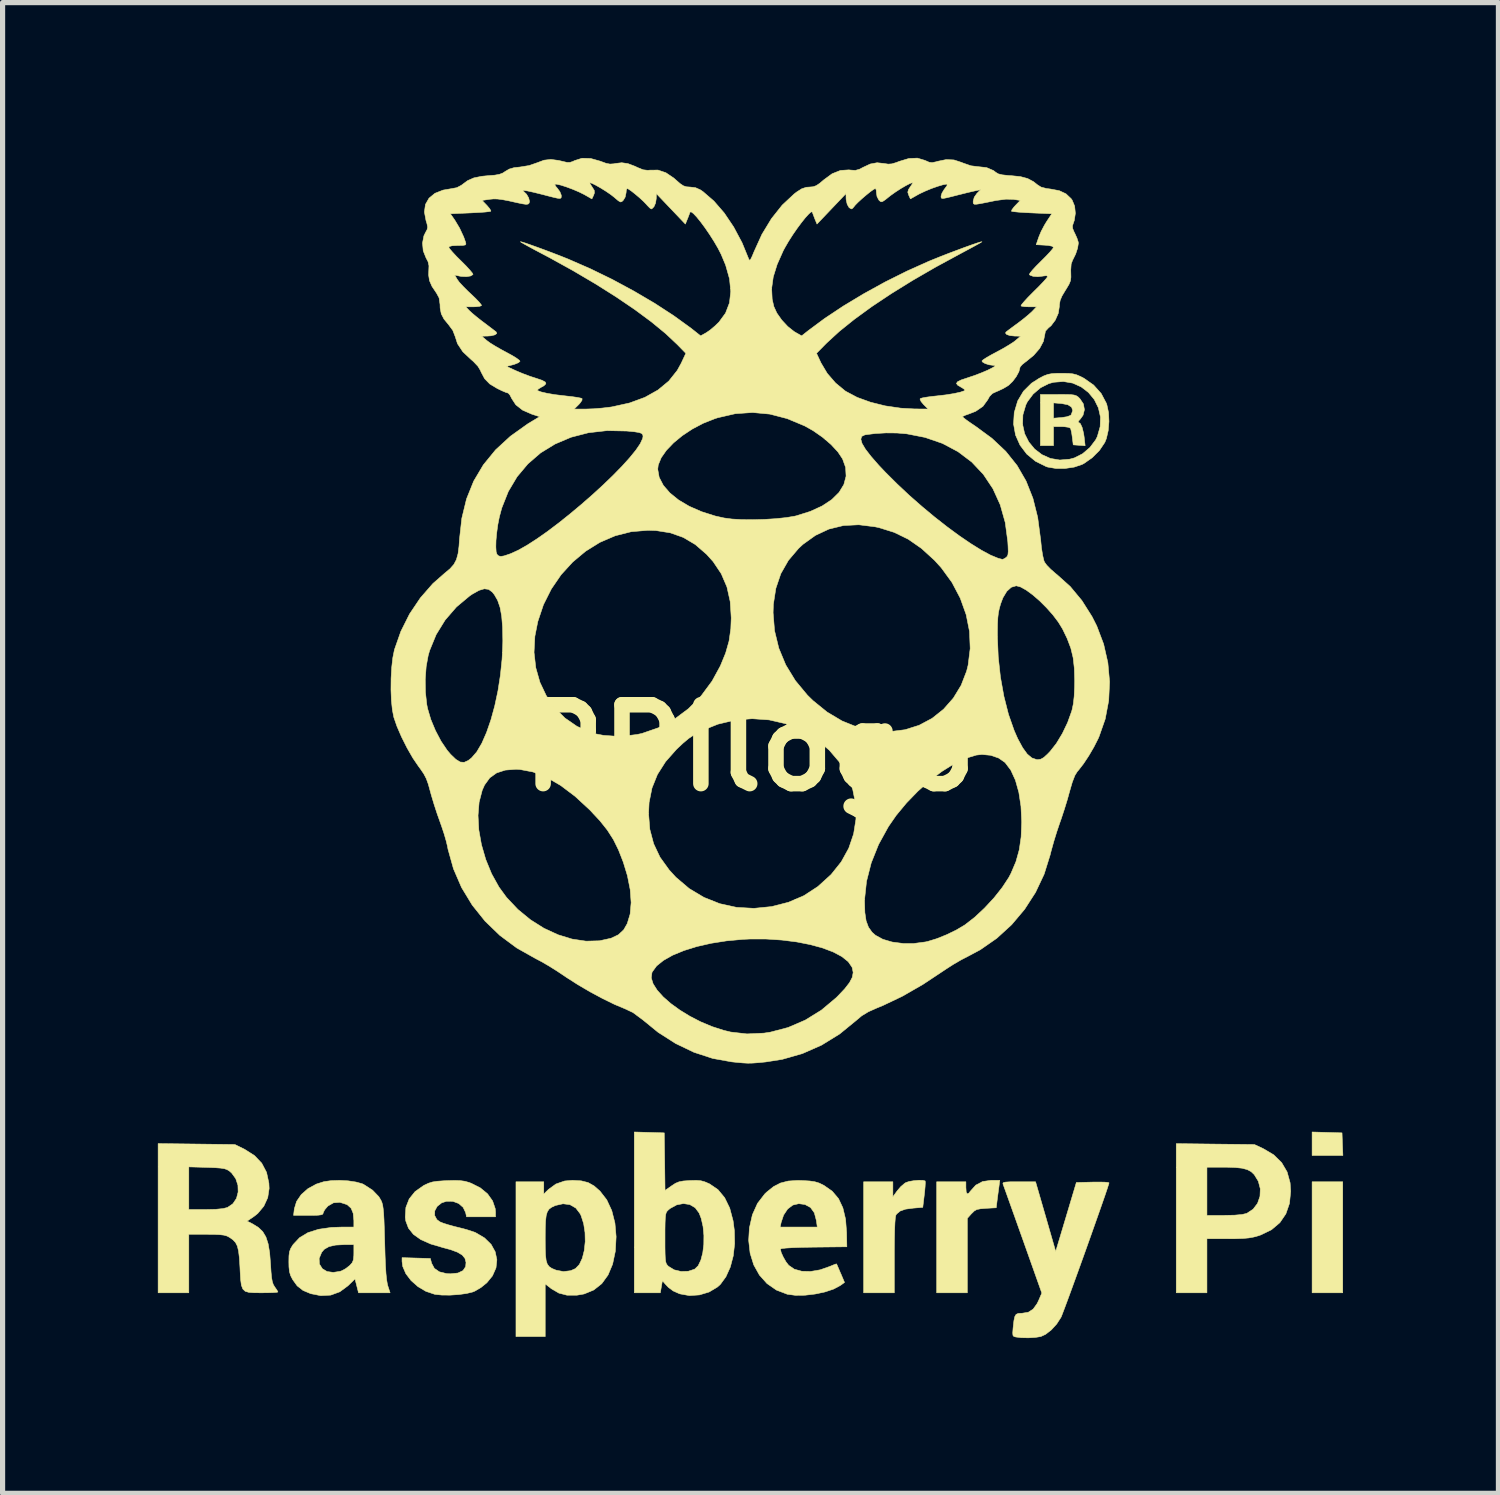
<source format=kicad_pcb>
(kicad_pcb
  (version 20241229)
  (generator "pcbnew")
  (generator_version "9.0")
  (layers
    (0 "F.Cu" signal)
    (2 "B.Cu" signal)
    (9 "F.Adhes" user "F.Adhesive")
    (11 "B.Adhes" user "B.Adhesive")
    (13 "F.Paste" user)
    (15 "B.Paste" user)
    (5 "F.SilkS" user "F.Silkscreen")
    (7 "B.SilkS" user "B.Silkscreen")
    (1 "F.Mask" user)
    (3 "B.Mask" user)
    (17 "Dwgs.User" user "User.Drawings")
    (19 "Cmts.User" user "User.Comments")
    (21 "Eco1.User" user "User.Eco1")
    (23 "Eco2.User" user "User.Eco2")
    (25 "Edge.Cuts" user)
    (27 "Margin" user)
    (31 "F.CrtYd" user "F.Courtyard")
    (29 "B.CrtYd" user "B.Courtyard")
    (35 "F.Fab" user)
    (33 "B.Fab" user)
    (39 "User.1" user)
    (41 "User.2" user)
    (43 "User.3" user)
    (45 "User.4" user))
  (footprint "RPIlogo"
    (layer "F.Cu")
    (at 11.435 11.401)
    (property "Reference" "RPIlogo" (at 0 0 0) (layer "F.SilkS") (effects (font (size 1.524 1.524) (thickness 0.3))))
    (attr through_hole)
    (fp_poly (pts (xy 11.458 10.527) (xy 10.866 10.527) (xy 10.866 8.382) (xy 11.458 8.382) (xy 11.458 10.527)) (stroke (width 0.01) (type solid)) (fill yes) (layer "F.SilkS"))
    (fp_poly (pts (xy 11.444 7.437) (xy 11.452 7.655) (xy 11.461 7.874) (xy 10.866 7.874) (xy 10.866 7.42) (xy 11.444 7.437)) (stroke (width 0.01) (type solid)) (fill yes) (layer "F.SilkS"))
    (fp_poly (pts (xy 4.816 8.474) (xy 4.802 8.578) (xy 4.786 8.697) (xy 4.781 8.739) (xy 4.763 8.884) (xy 4.565 8.895) (xy 4.458 8.904) (xy 4.388 8.918) (xy 4.339 8.946) (xy 4.291 8.993) (xy 4.286 8.997) (xy 4.205 9.088) (xy 4.205 10.527) (xy 3.612 10.527) (xy 3.612 8.382) (xy 4.177 8.382) (xy 4.177 8.49) (xy 4.183 8.581) (xy 4.203 8.617) (xy 4.236 8.599) (xy 4.262 8.565) (xy 4.368 8.447) (xy 4.5 8.377) (xy 4.663 8.354) (xy 4.665 8.354) (xy 4.832 8.354) (xy 4.816 8.474)) (stroke (width 0.01) (type solid)) (fill yes) (layer "F.SilkS"))
    (fp_poly (pts (xy 3.345 8.354) (xy 3.39 8.366) (xy 3.39 8.367) (xy 3.393 8.399) (xy 3.389 8.474) (xy 3.38 8.577) (xy 3.374 8.628) (xy 3.344 8.876) (xy 3.161 8.891) (xy 3.01 8.911) (xy 2.906 8.948) (xy 2.839 9.004) (xy 2.823 9.03) (xy 2.814 9.075) (xy 2.806 9.172) (xy 2.8 9.314) (xy 2.796 9.497) (xy 2.794 9.715) (xy 2.794 9.805) (xy 2.794 10.527) (xy 2.201 10.527) (xy 2.201 8.382) (xy 2.766 8.382) (xy 2.766 8.673) (xy 2.85 8.557) (xy 2.917 8.478) (xy 2.99 8.415) (xy 3.018 8.397) (xy 3.082 8.376) (xy 3.171 8.361) (xy 3.266 8.353) (xy 3.345 8.354)) (stroke (width 0.01) (type solid)) (fill yes) (layer "F.SilkS"))
    (fp_poly (pts (xy 6.101 -6.829) (xy 6.2 -6.827) (xy 6.266 -6.819) (xy 6.31 -6.805) (xy 6.345 -6.782) (xy 6.38 -6.747) (xy 6.447 -6.647) (xy 6.467 -6.536) (xy 6.44 -6.428) (xy 6.394 -6.363) (xy 6.355 -6.318) (xy 6.347 -6.294) (xy 6.35 -6.294) (xy 6.388 -6.267) (xy 6.423 -6.192) (xy 6.451 -6.079) (xy 6.462 -6.005) (xy 6.481 -5.839) (xy 6.251 -5.856) (xy 6.233 -6.001) (xy 6.22 -6.091) (xy 6.204 -6.158) (xy 6.197 -6.178) (xy 6.16 -6.195) (xy 6.085 -6.206) (xy 6.024 -6.209) (xy 5.87 -6.209) (xy 5.87 -5.842) (xy 5.616 -5.842) (xy 5.616 -6.371) (xy 5.87 -6.371) (xy 6.028 -6.384) (xy 6.127 -6.399) (xy 6.194 -6.423) (xy 6.211 -6.437) (xy 6.241 -6.52) (xy 6.219 -6.585) (xy 6.147 -6.631) (xy 6.028 -6.654) (xy 5.87 -6.667) (xy 5.87 -6.371) (xy 5.616 -6.371) (xy 5.616 -6.83) (xy 5.957 -6.83) (xy 6.101 -6.829)) (stroke (width 0.01) (type solid)) (fill yes) (layer "F.SilkS"))
    (fp_poly (pts (xy 8.996 7.654) (xy 9.751 7.662) (xy 9.923 7.742) (xy 10.124 7.861) (xy 10.277 8.011) (xy 10.383 8.191) (xy 10.441 8.401) (xy 10.452 8.565) (xy 10.429 8.8) (xy 10.359 9.002) (xy 10.243 9.172) (xy 10.082 9.308) (xy 9.877 9.408) (xy 9.825 9.426) (xy 9.737 9.45) (xy 9.643 9.467) (xy 9.531 9.477) (xy 9.387 9.482) (xy 9.24 9.483) (xy 8.834 9.483) (xy 8.834 10.527) (xy 8.241 10.527) (xy 8.241 9.031) (xy 8.834 9.031) (xy 9.173 9.031) (xy 9.369 9.027) (xy 9.513 9.014) (xy 9.602 8.993) (xy 9.604 8.992) (xy 9.726 8.912) (xy 9.812 8.799) (xy 9.859 8.663) (xy 9.865 8.517) (xy 9.827 8.372) (xy 9.748 8.243) (xy 9.689 8.187) (xy 9.614 8.147) (xy 9.514 8.12) (xy 9.38 8.106) (xy 9.201 8.1) (xy 9.151 8.1) (xy 8.834 8.1) (xy 8.834 9.031) (xy 8.241 9.031) (xy 8.241 7.645) (xy 8.996 7.654)) (stroke (width 0.01) (type solid)) (fill yes) (layer "F.SilkS"))
    (fp_poly (pts (xy -3.255 8.364) (xy -3.123 8.397) (xy -3.007 8.462) (xy -2.893 8.562) (xy -2.762 8.731) (xy -2.665 8.939) (xy -2.604 9.179) (xy -2.581 9.443) (xy -2.596 9.723) (xy -2.649 9.974) (xy -2.737 10.183) (xy -2.858 10.35) (xy -3.012 10.472) (xy -3.198 10.549) (xy -3.341 10.574) (xy -3.528 10.574) (xy -3.687 10.533) (xy -3.834 10.447) (xy -3.845 10.438) (xy -3.951 10.355) (xy -3.951 11.374) (xy -4.516 11.374) (xy -4.516 9.47) (xy -3.951 9.47) (xy -3.951 9.472) (xy -3.95 9.66) (xy -3.945 9.801) (xy -3.933 9.902) (xy -3.911 9.972) (xy -3.876 10.02) (xy -3.825 10.055) (xy -3.755 10.084) (xy -3.739 10.09) (xy -3.599 10.117) (xy -3.459 10.1) (xy -3.366 10.059) (xy -3.291 9.98) (xy -3.234 9.859) (xy -3.196 9.708) (xy -3.178 9.538) (xy -3.182 9.363) (xy -3.208 9.192) (xy -3.257 9.039) (xy -3.274 9.002) (xy -3.359 8.89) (xy -3.473 8.824) (xy -3.607 8.807) (xy -3.754 8.84) (xy -3.765 8.845) (xy -3.829 8.875) (xy -3.877 8.911) (xy -3.91 8.961) (xy -3.932 9.034) (xy -3.944 9.137) (xy -3.95 9.279) (xy -3.951 9.47) (xy -4.516 9.47) (xy -4.516 8.382) (xy -3.979 8.382) (xy -3.979 8.619) (xy -3.888 8.53) (xy -3.744 8.425) (xy -3.577 8.367) (xy -3.423 8.354) (xy -3.255 8.364)) (stroke (width 0.01) (type solid)) (fill yes) (layer "F.SilkS"))
    (fp_poly (pts (xy 5.718 9.055) (xy 5.912 9.729) (xy 6.112 9.062) (xy 6.311 8.396) (xy 6.627 8.388) (xy 6.753 8.387) (xy 6.855 8.389) (xy 6.922 8.395) (xy 6.943 8.403) (xy 6.933 8.437) (xy 6.907 8.518) (xy 6.866 8.64) (xy 6.812 8.795) (xy 6.748 8.978) (xy 6.676 9.182) (xy 6.599 9.4) (xy 6.518 9.628) (xy 6.436 9.857) (xy 6.355 10.082) (xy 6.277 10.297) (xy 6.205 10.495) (xy 6.141 10.669) (xy 6.087 10.814) (xy 6.046 10.922) (xy 6.02 10.989) (xy 6.013 11.003) (xy 5.931 11.13) (xy 5.827 11.244) (xy 5.716 11.33) (xy 5.625 11.372) (xy 5.52 11.389) (xy 5.386 11.397) (xy 5.247 11.394) (xy 5.14 11.381) (xy 5.104 11.371) (xy 5.086 11.349) (xy 5.082 11.302) (xy 5.088 11.216) (xy 5.091 11.188) (xy 5.105 11.064) (xy 5.122 10.987) (xy 5.147 10.944) (xy 5.188 10.926) (xy 5.252 10.922) (xy 5.263 10.922) (xy 5.382 10.903) (xy 5.476 10.843) (xy 5.553 10.736) (xy 5.584 10.672) (xy 5.644 10.532) (xy 5.28 9.506) (xy 5.198 9.276) (xy 5.122 9.062) (xy 5.053 8.869) (xy 4.994 8.703) (xy 4.947 8.572) (xy 4.914 8.48) (xy 4.897 8.434) (xy 4.896 8.431) (xy 4.892 8.41) (xy 4.906 8.396) (xy 4.946 8.388) (xy 5.022 8.383) (xy 5.142 8.382) (xy 5.2 8.382) (xy 5.523 8.382) (xy 5.718 9.055)) (stroke (width 0.01) (type solid)) (fill yes) (layer "F.SilkS"))
    (fp_poly (pts (xy 6.152 -7.237) (xy 6.243 -7.228) (xy 6.317 -7.209) (xy 6.395 -7.175) (xy 6.46 -7.141) (xy 6.645 -7.011) (xy 6.791 -6.848) (xy 6.892 -6.657) (xy 6.901 -6.629) (xy 6.933 -6.48) (xy 6.941 -6.307) (xy 6.927 -6.133) (xy 6.891 -5.977) (xy 6.861 -5.903) (xy 6.757 -5.748) (xy 6.616 -5.607) (xy 6.459 -5.497) (xy 6.421 -5.477) (xy 6.269 -5.426) (xy 6.093 -5.4) (xy 5.915 -5.4) (xy 5.757 -5.427) (xy 5.729 -5.436) (xy 5.523 -5.538) (xy 5.353 -5.678) (xy 5.223 -5.85) (xy 5.136 -6.046) (xy 5.1 -6.248) (xy 5.273 -6.248) (xy 5.312 -6.071) (xy 5.392 -5.912) (xy 5.505 -5.775) (xy 5.646 -5.667) (xy 5.809 -5.594) (xy 5.99 -5.563) (xy 6.181 -5.579) (xy 6.273 -5.604) (xy 6.431 -5.684) (xy 6.573 -5.805) (xy 6.684 -5.952) (xy 6.716 -6.015) (xy 6.771 -6.207) (xy 6.777 -6.394) (xy 6.737 -6.571) (xy 6.658 -6.731) (xy 6.545 -6.868) (xy 6.404 -6.976) (xy 6.241 -7.049) (xy 6.061 -7.08) (xy 5.87 -7.065) (xy 5.778 -7.039) (xy 5.619 -6.959) (xy 5.476 -6.837) (xy 5.365 -6.689) (xy 5.334 -6.626) (xy 5.278 -6.435) (xy 5.273 -6.248) (xy 5.1 -6.248) (xy 5.098 -6.258) (xy 5.111 -6.481) (xy 5.112 -6.483) (xy 5.178 -6.705) (xy 5.289 -6.892) (xy 5.445 -7.047) (xy 5.593 -7.142) (xy 5.684 -7.189) (xy 5.759 -7.217) (xy 5.836 -7.232) (xy 5.937 -7.238) (xy 6.025 -7.238) (xy 6.152 -7.237)) (stroke (width 0.01) (type solid)) (fill yes) (layer "F.SilkS"))
    (fp_poly (pts (xy 1.026 8.359) (xy 1.161 8.367) (xy 1.26 8.382) (xy 1.342 8.407) (xy 1.426 8.448) (xy 1.437 8.454) (xy 1.595 8.565) (xy 1.716 8.708) (xy 1.8 8.886) (xy 1.852 9.104) (xy 1.872 9.363) (xy 1.877 9.638) (xy 1.235 9.645) (xy 1.009 9.649) (xy 0.83 9.655) (xy 0.699 9.663) (xy 0.619 9.672) (xy 0.593 9.682) (xy 0.608 9.748) (xy 0.648 9.836) (xy 0.7 9.927) (xy 0.753 9.996) (xy 0.862 10.071) (xy 1.007 10.111) (xy 1.176 10.115) (xy 1.362 10.083) (xy 1.544 10.019) (xy 1.619 9.988) (xy 1.668 9.97) (xy 1.678 9.969) (xy 1.691 9.997) (xy 1.719 10.062) (xy 1.757 10.152) (xy 1.758 10.152) (xy 1.832 10.327) (xy 1.75 10.386) (xy 1.621 10.455) (xy 1.453 10.511) (xy 1.263 10.551) (xy 1.068 10.574) (xy 0.884 10.576) (xy 0.728 10.555) (xy 0.726 10.555) (xy 0.515 10.474) (xy 0.335 10.349) (xy 0.188 10.185) (xy 0.078 9.988) (xy 0.008 9.762) (xy -0.02 9.514) (xy -0.006 9.277) (xy -0.002 9.257) (xy 0.588 9.257) (xy 1.306 9.257) (xy 1.288 9.13) (xy 1.249 8.982) (xy 1.175 8.879) (xy 1.068 8.821) (xy 0.948 8.805) (xy 0.833 8.832) (xy 0.733 8.908) (xy 0.655 9.025) (xy 0.608 9.165) (xy 0.588 9.257) (xy -0.002 9.257) (xy 0.052 9.019) (xy 0.151 8.799) (xy 0.292 8.616) (xy 0.329 8.581) (xy 0.461 8.475) (xy 0.595 8.406) (xy 0.744 8.368) (xy 0.925 8.356) (xy 1.026 8.359)) (stroke (width 0.01) (type solid)) (fill yes) (layer "F.SilkS"))
    (fp_poly (pts (xy -1.651 7.437) (xy -1.643 7.993) (xy -1.636 8.549) (xy -1.507 8.459) (xy -1.434 8.411) (xy -1.366 8.383) (xy -1.284 8.367) (xy -1.168 8.359) (xy -1.154 8.358) (xy -1.032 8.355) (xy -0.944 8.362) (xy -0.868 8.383) (xy -0.78 8.421) (xy -0.774 8.424) (xy -0.613 8.534) (xy -0.484 8.69) (xy -0.386 8.891) (xy -0.321 9.136) (xy -0.296 9.328) (xy -0.291 9.577) (xy -0.318 9.814) (xy -0.375 10.03) (xy -0.459 10.216) (xy -0.566 10.363) (xy -0.623 10.415) (xy -0.785 10.512) (xy -0.972 10.568) (xy -1.165 10.581) (xy -1.348 10.548) (xy -1.362 10.543) (xy -1.479 10.491) (xy -1.57 10.423) (xy -1.627 10.363) (xy -1.687 10.294) (xy -1.727 10.527) (xy -2.23 10.527) (xy -2.23 9.469) (xy -1.637 9.469) (xy -1.637 9.645) (xy -1.635 9.773) (xy -1.631 9.863) (xy -1.624 9.923) (xy -1.612 9.963) (xy -1.594 9.991) (xy -1.57 10.016) (xy -1.568 10.017) (xy -1.461 10.083) (xy -1.327 10.115) (xy -1.187 10.111) (xy -1.063 10.07) (xy -0.996 10.005) (xy -0.944 9.896) (xy -0.907 9.755) (xy -0.887 9.593) (xy -0.885 9.42) (xy -0.901 9.249) (xy -0.937 9.09) (xy -0.977 8.986) (xy -1.053 8.884) (xy -1.158 8.822) (xy -1.281 8.803) (xy -1.411 8.828) (xy -1.537 8.897) (xy -1.573 8.927) (xy -1.596 8.95) (xy -1.613 8.978) (xy -1.624 9.019) (xy -1.631 9.082) (xy -1.635 9.176) (xy -1.637 9.31) (xy -1.637 9.469) (xy -2.23 9.469) (xy -2.23 7.42) (xy -1.651 7.437)) (stroke (width 0.01) (type solid)) (fill yes) (layer "F.SilkS"))
    (fp_poly (pts (xy -10.688 7.653) (xy -9.947 7.662) (xy -9.758 7.755) (xy -9.569 7.875) (xy -9.428 8.023) (xy -9.335 8.2) (xy -9.29 8.408) (xy -9.285 8.511) (xy -9.312 8.688) (xy -9.388 8.854) (xy -9.505 8.994) (xy -9.577 9.051) (xy -9.711 9.142) (xy -9.604 9.196) (xy -9.494 9.264) (xy -9.409 9.345) (xy -9.347 9.449) (xy -9.304 9.582) (xy -9.275 9.755) (xy -9.258 9.971) (xy -9.248 10.127) (xy -9.237 10.238) (xy -9.223 10.315) (xy -9.204 10.37) (xy -9.177 10.413) (xy -9.177 10.414) (xy -9.136 10.472) (xy -9.116 10.509) (xy -9.116 10.512) (xy -9.142 10.518) (xy -9.214 10.523) (xy -9.319 10.526) (xy -9.434 10.527) (xy -9.574 10.526) (xy -9.676 10.519) (xy -9.747 10.498) (xy -9.793 10.454) (xy -9.821 10.381) (xy -9.836 10.271) (xy -9.845 10.115) (xy -9.849 10.029) (xy -9.86 9.852) (xy -9.876 9.721) (xy -9.899 9.625) (xy -9.934 9.556) (xy -9.985 9.502) (xy -10.055 9.453) (xy -10.056 9.453) (xy -10.103 9.429) (xy -10.16 9.413) (xy -10.239 9.404) (xy -10.351 9.399) (xy -10.492 9.398) (xy -10.837 9.398) (xy -10.837 10.527) (xy -11.43 10.527) (xy -11.43 8.918) (xy -10.837 8.918) (xy -10.512 8.918) (xy -10.317 8.914) (xy -10.176 8.9) (xy -10.089 8.878) (xy -9.985 8.806) (xy -9.916 8.703) (xy -9.884 8.58) (xy -9.888 8.449) (xy -9.93 8.322) (xy -10.01 8.212) (xy -10.056 8.172) (xy -10.098 8.147) (xy -10.15 8.129) (xy -10.223 8.118) (xy -10.329 8.11) (xy -10.479 8.104) (xy -10.487 8.104) (xy -10.837 8.094) (xy -10.837 8.918) (xy -11.43 8.918) (xy -11.43 7.644) (xy -10.688 7.653)) (stroke (width 0.01) (type solid)) (fill yes) (layer "F.SilkS"))
    (fp_poly (pts (xy -5.591 8.36) (xy -5.505 8.372) (xy -5.423 8.395) (xy -5.381 8.411) (xy -5.206 8.499) (xy -5.066 8.614) (xy -4.968 8.751) (xy -4.917 8.9) (xy -4.911 8.968) (xy -4.911 9.059) (xy -5.471 9.059) (xy -5.488 8.978) (xy -5.537 8.876) (xy -5.624 8.801) (xy -5.735 8.76) (xy -5.855 8.758) (xy -5.952 8.789) (xy -6.039 8.858) (xy -6.085 8.944) (xy -6.087 9.033) (xy -6.044 9.113) (xy -5.984 9.157) (xy -5.919 9.183) (xy -5.817 9.215) (xy -5.697 9.248) (xy -5.655 9.258) (xy -5.527 9.29) (xy -5.406 9.326) (xy -5.312 9.358) (xy -5.294 9.366) (xy -5.123 9.467) (xy -4.996 9.592) (xy -4.917 9.735) (xy -4.885 9.889) (xy -4.902 10.046) (xy -4.971 10.201) (xy -5.078 10.332) (xy -5.191 10.424) (xy -5.31 10.494) (xy -5.351 10.511) (xy -5.469 10.54) (xy -5.622 10.561) (xy -5.788 10.572) (xy -5.946 10.571) (xy -6.074 10.558) (xy -6.086 10.556) (xy -6.256 10.499) (xy -6.411 10.407) (xy -6.543 10.29) (xy -6.644 10.157) (xy -6.704 10.017) (xy -6.717 9.92) (xy -6.717 9.848) (xy -6.443 9.856) (xy -6.17 9.864) (xy -6.146 9.956) (xy -6.093 10.055) (xy -5.996 10.122) (xy -5.857 10.156) (xy -5.782 10.16) (xy -5.637 10.145) (xy -5.539 10.098) (xy -5.488 10.021) (xy -5.481 9.939) (xy -5.502 9.861) (xy -5.555 9.797) (xy -5.647 9.742) (xy -5.783 9.692) (xy -5.918 9.656) (xy -6.163 9.584) (xy -6.355 9.499) (xy -6.497 9.398) (xy -6.593 9.278) (xy -6.645 9.139) (xy -6.655 9.065) (xy -6.643 8.878) (xy -6.579 8.713) (xy -6.465 8.571) (xy -6.302 8.456) (xy -6.283 8.446) (xy -6.206 8.41) (xy -6.13 8.386) (xy -6.038 8.372) (xy -5.914 8.363) (xy -5.842 8.36) (xy -5.697 8.356) (xy -5.591 8.36)) (stroke (width 0.01) (type solid)) (fill yes) (layer "F.SilkS"))
    (fp_poly (pts (xy -7.757 8.364) (xy -7.606 8.387) (xy -7.487 8.42) (xy -7.461 8.432) (xy -7.287 8.544) (xy -7.165 8.671) (xy -7.123 8.742) (xy -7.106 8.782) (xy -7.092 8.832) (xy -7.082 8.899) (xy -7.073 8.99) (xy -7.066 9.114) (xy -7.06 9.277) (xy -7.054 9.487) (xy -7.052 9.553) (xy -7.045 9.804) (xy -7.037 10.004) (xy -7.027 10.159) (xy -7.015 10.274) (xy -7.001 10.357) (xy -6.992 10.393) (xy -6.948 10.527) (xy -7.558 10.527) (xy -7.592 10.393) (xy -7.626 10.259) (xy -7.762 10.391) (xy -7.92 10.508) (xy -8.096 10.572) (xy -8.289 10.582) (xy -8.481 10.544) (xy -8.631 10.481) (xy -8.743 10.393) (xy -8.828 10.276) (xy -8.869 10.197) (xy -8.892 10.121) (xy -8.902 10.027) (xy -8.904 9.93) (xy -8.903 9.864) (xy -8.319 9.864) (xy -8.313 9.972) (xy -8.256 10.063) (xy -8.166 10.116) (xy -8.047 10.133) (xy -7.915 10.113) (xy -7.883 10.102) (xy -7.807 10.061) (xy -7.731 10.002) (xy -7.726 9.998) (xy -7.68 9.946) (xy -7.657 9.89) (xy -7.649 9.809) (xy -7.648 9.76) (xy -7.648 9.596) (xy -7.825 9.596) (xy -8 9.605) (xy -8.129 9.634) (xy -8.22 9.686) (xy -8.27 9.745) (xy -8.319 9.864) (xy -8.903 9.864) (xy -8.902 9.814) (xy -8.892 9.734) (xy -8.868 9.67) (xy -8.827 9.603) (xy -8.818 9.591) (xy -8.697 9.462) (xy -8.536 9.365) (xy -8.331 9.3) (xy -8.082 9.264) (xy -7.879 9.257) (xy -7.648 9.257) (xy -7.648 9.132) (xy -7.661 8.992) (xy -7.701 8.894) (xy -7.773 8.828) (xy -7.787 8.821) (xy -7.918 8.779) (xy -8.041 8.788) (xy -8.147 8.849) (xy -8.158 8.86) (xy -8.211 8.922) (xy -8.239 8.976) (xy -8.241 8.987) (xy -8.249 9.007) (xy -8.279 9.02) (xy -8.341 9.028) (xy -8.444 9.031) (xy -8.527 9.031) (xy -8.813 9.031) (xy -8.798 8.904) (xy -8.755 8.762) (xy -8.664 8.629) (xy -8.535 8.515) (xy -8.374 8.427) (xy -8.227 8.38) (xy -8.086 8.36) (xy -7.923 8.355) (xy -7.757 8.364)) (stroke (width 0.01) (type solid)) (fill yes) (layer "F.SilkS"))
    (fp_poly (pts (xy 3.387 -11.352) (xy 3.395 -11.348) (xy 3.466 -11.317) (xy 3.524 -11.309) (xy 3.597 -11.324) (xy 3.631 -11.334) (xy 3.797 -11.368) (xy 3.946 -11.361) (xy 4.099 -11.311) (xy 4.116 -11.303) (xy 4.274 -11.248) (xy 4.404 -11.232) (xy 4.577 -11.213) (xy 4.712 -11.155) (xy 4.755 -11.121) (xy 4.803 -11.092) (xy 4.88 -11.073) (xy 4.996 -11.06) (xy 5.052 -11.057) (xy 5.23 -11.039) (xy 5.369 -11.002) (xy 5.485 -10.94) (xy 5.56 -10.88) (xy 5.63 -10.836) (xy 5.733 -10.809) (xy 5.811 -10.799) (xy 5.981 -10.767) (xy 6.11 -10.707) (xy 6.209 -10.614) (xy 6.23 -10.585) (xy 6.278 -10.469) (xy 6.292 -10.33) (xy 6.271 -10.191) (xy 6.255 -10.146) (xy 6.236 -10.088) (xy 6.24 -10.036) (xy 6.269 -9.966) (xy 6.284 -9.937) (xy 6.323 -9.851) (xy 6.347 -9.776) (xy 6.35 -9.751) (xy 6.335 -9.657) (xy 6.298 -9.544) (xy 6.247 -9.44) (xy 6.24 -9.428) (xy 6.211 -9.35) (xy 6.203 -9.234) (xy 6.204 -9.188) (xy 6.206 -9.095) (xy 6.197 -9.025) (xy 6.169 -8.957) (xy 6.117 -8.87) (xy 6.098 -8.84) (xy 6.033 -8.731) (xy 5.998 -8.647) (xy 5.984 -8.566) (xy 5.983 -8.532) (xy 5.962 -8.398) (xy 5.904 -8.266) (xy 5.822 -8.157) (xy 5.773 -8.117) (xy 5.714 -8.053) (xy 5.701 -7.985) (xy 5.675 -7.856) (xy 5.602 -7.719) (xy 5.487 -7.586) (xy 5.339 -7.465) (xy 5.327 -7.457) (xy 5.263 -7.406) (xy 5.225 -7.361) (xy 5.221 -7.347) (xy 5.201 -7.27) (xy 5.15 -7.175) (xy 5.08 -7.082) (xy 5.003 -7.008) (xy 4.998 -7.004) (xy 4.902 -6.946) (xy 4.798 -6.897) (xy 4.774 -6.888) (xy 4.69 -6.849) (xy 4.633 -6.79) (xy 4.599 -6.728) (xy 4.506 -6.6) (xy 4.366 -6.504) (xy 4.23 -6.451) (xy 4.159 -6.426) (xy 4.116 -6.405) (xy 4.112 -6.4) (xy 4.132 -6.379) (xy 4.19 -6.334) (xy 4.276 -6.273) (xy 4.364 -6.214) (xy 4.68 -5.982) (xy 4.947 -5.731) (xy 5.166 -5.457) (xy 5.34 -5.156) (xy 5.472 -4.823) (xy 5.564 -4.455) (xy 5.618 -4.047) (xy 5.619 -4.046) (xy 5.637 -3.866) (xy 5.66 -3.721) (xy 5.684 -3.62) (xy 5.696 -3.59) (xy 5.74 -3.53) (xy 5.817 -3.451) (xy 5.911 -3.369) (xy 5.942 -3.344) (xy 6.193 -3.119) (xy 6.418 -2.848) (xy 6.614 -2.538) (xy 6.706 -2.356) (xy 6.838 -2.007) (xy 6.92 -1.646) (xy 6.953 -1.279) (xy 6.936 -0.915) (xy 6.869 -0.56) (xy 6.751 -0.223) (xy 6.732 -0.179) (xy 6.649 -0.016) (xy 6.551 0.152) (xy 6.449 0.306) (xy 6.354 0.429) (xy 6.331 0.454) (xy 6.283 0.531) (xy 6.232 0.663) (xy 6.182 0.835) (xy 6.136 1.001) (xy 6.078 1.189) (xy 6.018 1.371) (xy 5.989 1.453) (xy 5.933 1.619) (xy 5.875 1.807) (xy 5.825 1.987) (xy 5.804 2.07) (xy 5.689 2.438) (xy 5.523 2.79) (xy 5.312 3.117) (xy 5.061 3.415) (xy 4.773 3.678) (xy 4.455 3.899) (xy 4.217 4.026) (xy 4.087 4.093) (xy 3.939 4.179) (xy 3.8 4.268) (xy 3.764 4.292) (xy 3.345 4.57) (xy 2.948 4.798) (xy 2.57 4.978) (xy 2.455 5.025) (xy 2.293 5.097) (xy 2.163 5.176) (xy 2.06 5.263) (xy 1.737 5.527) (xy 1.388 5.742) (xy 1.018 5.905) (xy 0.627 6.017) (xy 0.308 6.067) (xy 0.165 6.081) (xy 0.057 6.089) (xy -0.034 6.091) (xy -0.13 6.086) (xy -0.25 6.075) (xy -0.348 6.065) (xy -0.714 5.999) (xy -1.078 5.88) (xy -1.432 5.71) (xy -1.77 5.494) (xy -2.063 5.255) (xy -2.256 5.112) (xy -2.411 5.039) (xy -2.611 4.955) (xy -2.838 4.844) (xy -3.079 4.715) (xy -3.318 4.575) (xy -3.524 4.443) (xy -1.902 4.443) (xy -1.866 4.557) (xy -1.788 4.68) (xy -1.672 4.809) (xy -1.525 4.938) (xy -1.351 5.064) (xy -1.157 5.183) (xy -0.948 5.291) (xy -0.729 5.383) (xy -0.506 5.455) (xy -0.367 5.489) (xy -0.053 5.525) (xy 0.275 5.51) (xy 0.395 5.492) (xy 0.742 5.401) (xy 1.074 5.258) (xy 1.386 5.065) (xy 1.672 4.825) (xy 1.697 4.8) (xy 1.835 4.655) (xy 1.928 4.535) (xy 1.982 4.432) (xy 1.999 4.339) (xy 1.982 4.251) (xy 1.977 4.236) (xy 1.904 4.13) (xy 1.782 4.032) (xy 1.615 3.943) (xy 1.41 3.865) (xy 1.172 3.8) (xy 0.909 3.748) (xy 0.624 3.712) (xy 0.325 3.692) (xy 0.017 3.691) (xy -0.13 3.698) (xy -0.446 3.727) (xy -0.745 3.774) (xy -1.022 3.837) (xy -1.272 3.915) (xy -1.488 4.004) (xy -1.665 4.104) (xy -1.799 4.212) (xy -1.882 4.326) (xy -1.889 4.342) (xy -1.902 4.443) (xy -3.524 4.443) (xy -3.539 4.434) (xy -3.584 4.403) (xy -3.728 4.307) (xy -3.88 4.212) (xy -4.023 4.129) (xy -4.139 4.068) (xy -4.141 4.067) (xy -4.5 3.865) (xy -4.826 3.623) (xy -5.114 3.345) (xy -5.362 3.035) (xy -5.567 2.697) (xy -5.723 2.336) (xy -5.829 1.957) (xy -5.841 1.894) (xy -5.865 1.795) (xy -5.903 1.663) (xy -5.951 1.519) (xy -5.985 1.423) (xy -6.027 1.305) (xy -5.249 1.305) (xy -5.234 1.583) (xy -5.183 1.869) (xy -5.1 2.155) (xy -4.987 2.431) (xy -4.845 2.687) (xy -4.7 2.886) (xy -4.479 3.12) (xy -4.235 3.32) (xy -3.975 3.484) (xy -3.704 3.609) (xy -3.431 3.693) (xy -3.162 3.733) (xy -2.902 3.726) (xy -2.681 3.677) (xy -2.538 3.61) (xy -2.434 3.513) (xy -2.366 3.394) (xy -2.31 3.209) (xy -2.291 2.988) (xy -2.309 2.738) (xy -2.363 2.467) (xy -2.443 2.205) (xy -2.534 1.972) (xy -2.633 1.771) (xy -2.75 1.588) (xy -2.894 1.407) (xy -3.022 1.27) (xy -1.954 1.27) (xy -1.93 1.572) (xy -1.856 1.851) (xy -1.733 2.111) (xy -1.556 2.357) (xy -1.426 2.499) (xy -1.169 2.717) (xy -0.885 2.887) (xy -0.578 3.009) (xy -0.254 3.08) (xy 0.083 3.099) (xy 0.423 3.065) (xy 0.751 2.981) (xy 0.76 2.977) (xy 2.219 2.977) (xy 2.225 3.181) (xy 2.249 3.34) (xy 2.295 3.464) (xy 2.365 3.562) (xy 2.431 3.62) (xy 2.572 3.697) (xy 2.752 3.75) (xy 2.958 3.777) (xy 3.177 3.777) (xy 3.396 3.748) (xy 3.438 3.739) (xy 3.611 3.686) (xy 3.803 3.609) (xy 3.991 3.518) (xy 4.151 3.423) (xy 4.16 3.417) (xy 4.348 3.271) (xy 4.538 3.093) (xy 4.719 2.898) (xy 4.879 2.696) (xy 5.006 2.503) (xy 5.049 2.421) (xy 5.144 2.197) (xy 5.208 1.968) (xy 5.244 1.72) (xy 5.255 1.436) (xy 5.255 1.425) (xy 5.241 1.127) (xy 5.2 0.858) (xy 5.134 0.623) (xy 5.045 0.429) (xy 4.934 0.282) (xy 4.933 0.281) (xy 4.81 0.195) (xy 4.656 0.142) (xy 4.487 0.126) (xy 4.378 0.138) (xy 4.171 0.201) (xy 3.947 0.308) (xy 3.713 0.454) (xy 3.477 0.633) (xy 3.247 0.838) (xy 3.029 1.063) (xy 2.831 1.302) (xy 2.68 1.52) (xy 2.49 1.865) (xy 2.348 2.22) (xy 2.257 2.577) (xy 2.219 2.93) (xy 2.219 2.977) (xy 0.76 2.977) (xy 1.047 2.854) (xy 1.317 2.678) (xy 1.567 2.451) (xy 1.575 2.443) (xy 1.769 2.2) (xy 1.914 1.937) (xy 2.008 1.66) (xy 2.053 1.375) (xy 2.047 1.088) (xy 1.991 0.804) (xy 1.886 0.53) (xy 1.731 0.27) (xy 1.538 0.044) (xy 1.281 -0.175) (xy 0.999 -0.345) (xy 0.695 -0.468) (xy 0.376 -0.542) (xy 0.048 -0.565) (xy -0.285 -0.538) (xy -0.615 -0.459) (xy -0.931 -0.332) (xy -1.062 -0.261) (xy -1.177 -0.185) (xy -1.293 -0.088) (xy -1.415 0.027) (xy -1.626 0.266) (xy -1.783 0.513) (xy -1.888 0.774) (xy -1.944 1.054) (xy -1.954 1.27) (xy -3.022 1.27) (xy -3.075 1.213) (xy -3.09 1.197) (xy -3.375 0.934) (xy -3.654 0.724) (xy -3.925 0.567) (xy -4.187 0.464) (xy -4.44 0.416) (xy -4.516 0.412) (xy -4.722 0.428) (xy -4.889 0.482) (xy -5.022 0.577) (xy -5.123 0.716) (xy -5.168 0.817) (xy -5.228 1.047) (xy -5.249 1.305) (xy -6.027 1.305) (xy -6.042 1.262) (xy -6.1 1.084) (xy -6.151 0.914) (xy -6.171 0.841) (xy -6.21 0.699) (xy -6.249 0.592) (xy -6.297 0.5) (xy -6.364 0.402) (xy -6.397 0.358) (xy -6.508 0.195) (xy -6.621 -0.002) (xy -6.727 -0.213) (xy -6.816 -0.419) (xy -6.876 -0.593) (xy -6.904 -0.736) (xy -6.923 -0.919) (xy -6.931 -1.126) (xy -6.929 -1.326) (xy -6.269 -1.326) (xy -6.265 -1.074) (xy -6.239 -0.839) (xy -6.224 -0.762) (xy -6.162 -0.552) (xy -6.072 -0.336) (xy -5.964 -0.131) (xy -5.846 0.044) (xy -5.779 0.123) (xy -5.677 0.221) (xy -5.593 0.272) (xy -5.517 0.278) (xy -5.437 0.242) (xy -5.375 0.193) (xy -5.273 0.075) (xy -5.175 -0.092) (xy -5.084 -0.3) (xy -5 -0.543) (xy -4.926 -0.813) (xy -4.864 -1.103) (xy -4.817 -1.405) (xy -4.785 -1.711) (xy -4.778 -1.847) (xy -4.167 -1.847) (xy -4.133 -1.549) (xy -4.053 -1.268) (xy -3.93 -1.009) (xy -3.768 -0.777) (xy -3.57 -0.578) (xy -3.338 -0.418) (xy -3.076 -0.301) (xy -3.006 -0.278) (xy -2.824 -0.243) (xy -2.611 -0.228) (xy -2.388 -0.234) (xy -2.176 -0.26) (xy -2.082 -0.28) (xy -1.761 -0.391) (xy -1.46 -0.552) (xy -1.184 -0.758) (xy -0.938 -1.007) (xy -0.727 -1.292) (xy -0.567 -1.585) (xy -0.465 -1.833) (xy -0.399 -2.065) (xy -0.365 -2.304) (xy -0.357 -2.512) (xy -0.363 -2.613) (xy 0.452 -2.613) (xy 0.48 -2.265) (xy 0.562 -1.928) (xy 0.696 -1.605) (xy 0.881 -1.302) (xy 1.114 -1.021) (xy 1.222 -0.915) (xy 1.496 -0.693) (xy 1.785 -0.521) (xy 2.086 -0.4) (xy 2.393 -0.331) (xy 2.704 -0.315) (xy 3 -0.352) (xy 3.273 -0.438) (xy 3.524 -0.572) (xy 3.746 -0.749) (xy 3.935 -0.964) (xy 4.085 -1.21) (xy 4.191 -1.484) (xy 4.22 -1.6) (xy 4.26 -1.922) (xy 4.247 -2.242) (xy 4.786 -2.242) (xy 4.786 -2.145) (xy 4.802 -1.758) (xy 4.844 -1.371) (xy 4.911 -0.998) (xy 5 -0.648) (xy 5.11 -0.335) (xy 5.178 -0.18) (xy 5.273 -0.005) (xy 5.362 0.118) (xy 5.451 0.193) (xy 5.542 0.224) (xy 5.568 0.226) (xy 5.624 0.217) (xy 5.68 0.186) (xy 5.751 0.122) (xy 5.805 0.066) (xy 5.925 -0.087) (xy 6.041 -0.279) (xy 6.142 -0.49) (xy 6.218 -0.701) (xy 6.228 -0.734) (xy 6.253 -0.853) (xy 6.269 -0.997) (xy 6.277 -1.176) (xy 6.279 -1.298) (xy 6.272 -1.539) (xy 6.249 -1.743) (xy 6.204 -1.929) (xy 6.133 -2.116) (xy 6.044 -2.3) (xy 5.963 -2.432) (xy 5.857 -2.572) (xy 5.733 -2.711) (xy 5.602 -2.842) (xy 5.469 -2.957) (xy 5.344 -3.049) (xy 5.235 -3.11) (xy 5.151 -3.133) (xy 5.15 -3.133) (xy 5.054 -3.105) (xy 4.967 -3.026) (xy 4.892 -2.901) (xy 4.848 -2.784) (xy 4.823 -2.696) (xy 4.805 -2.611) (xy 4.794 -2.515) (xy 4.788 -2.397) (xy 4.786 -2.242) (xy 4.247 -2.242) (xy 4.247 -2.25) (xy 4.182 -2.576) (xy 4.068 -2.894) (xy 3.908 -3.198) (xy 3.701 -3.482) (xy 3.57 -3.626) (xy 3.319 -3.855) (xy 3.063 -4.033) (xy 2.792 -4.165) (xy 2.497 -4.257) (xy 2.421 -4.273) (xy 2.108 -4.312) (xy 1.811 -4.297) (xy 1.531 -4.229) (xy 1.27 -4.107) (xy 1.029 -3.934) (xy 0.942 -3.853) (xy 0.747 -3.623) (xy 0.601 -3.367) (xy 0.505 -3.084) (xy 0.457 -2.774) (xy 0.452 -2.613) (xy -0.363 -2.613) (xy -0.377 -2.828) (xy -0.44 -3.111) (xy -0.55 -3.367) (xy -0.707 -3.601) (xy -0.833 -3.741) (xy -1.051 -3.93) (xy -1.282 -4.067) (xy -1.533 -4.156) (xy -1.811 -4.2) (xy -1.968 -4.205) (xy -2.289 -4.178) (xy -2.6 -4.099) (xy -2.895 -3.972) (xy -3.17 -3.801) (xy -3.421 -3.591) (xy -3.644 -3.347) (xy -3.833 -3.071) (xy -3.985 -2.768) (xy -4.094 -2.443) (xy -4.151 -2.156) (xy -4.167 -1.847) (xy -4.778 -1.847) (xy -4.771 -2.016) (xy -4.77 -2.076) (xy -4.775 -2.335) (xy -4.792 -2.545) (xy -4.823 -2.715) (xy -4.87 -2.851) (xy -4.933 -2.961) (xy -4.975 -3.013) (xy -5.045 -3.064) (xy -5.127 -3.075) (xy -5.229 -3.045) (xy -5.358 -2.973) (xy -5.41 -2.938) (xy -5.666 -2.724) (xy -5.884 -2.472) (xy -6.058 -2.19) (xy -6.184 -1.883) (xy -6.212 -1.786) (xy -6.251 -1.571) (xy -6.269 -1.326) (xy -6.929 -1.326) (xy -6.929 -1.344) (xy -6.917 -1.555) (xy -6.895 -1.746) (xy -6.864 -1.899) (xy -6.74 -2.252) (xy -6.572 -2.588) (xy -6.363 -2.899) (xy -6.122 -3.175) (xy -5.891 -3.378) (xy -5.789 -3.463) (xy -5.716 -3.546) (xy -5.667 -3.638) (xy -5.635 -3.753) (xy -5.618 -3.884) (xy -4.905 -3.884) (xy -4.899 -3.79) (xy -4.883 -3.74) (xy -4.85 -3.71) (xy -4.808 -3.7) (xy -4.745 -3.711) (xy -4.646 -3.744) (xy -4.611 -3.757) (xy -4.467 -3.823) (xy -4.298 -3.919) (xy -4.109 -4.041) (xy -3.904 -4.185) (xy -3.69 -4.347) (xy -3.471 -4.522) (xy -3.251 -4.706) (xy -3.036 -4.894) (xy -2.83 -5.083) (xy -2.639 -5.267) (xy -2.524 -5.385) (xy -1.777 -5.385) (xy -1.749 -5.228) (xy -1.669 -5.074) (xy -1.542 -4.927) (xy -1.374 -4.791) (xy -1.168 -4.669) (xy -0.93 -4.565) (xy -0.665 -4.481) (xy -0.494 -4.443) (xy -0.344 -4.423) (xy -0.153 -4.412) (xy 0.063 -4.41) (xy 0.288 -4.416) (xy 0.508 -4.43) (xy 0.707 -4.451) (xy 0.869 -4.478) (xy 0.9 -4.485) (xy 1.17 -4.57) (xy 1.399 -4.675) (xy 1.585 -4.798) (xy 1.726 -4.937) (xy 1.819 -5.089) (xy 1.862 -5.251) (xy 1.853 -5.42) (xy 1.794 -5.585) (xy 1.704 -5.72) (xy 1.572 -5.862) (xy 1.451 -5.966) (xy 2.147 -5.966) (xy 2.17 -5.884) (xy 2.235 -5.774) (xy 2.344 -5.633) (xy 2.495 -5.46) (xy 2.625 -5.323) (xy 2.847 -5.102) (xy 3.082 -4.881) (xy 3.326 -4.667) (xy 3.572 -4.462) (xy 3.816 -4.271) (xy 4.051 -4.098) (xy 4.273 -3.947) (xy 4.476 -3.821) (xy 4.654 -3.725) (xy 4.802 -3.664) (xy 4.884 -3.643) (xy 4.917 -3.656) (xy 4.952 -3.679) (xy 4.976 -3.702) (xy 4.99 -3.737) (xy 4.995 -3.796) (xy 4.992 -3.89) (xy 4.987 -3.982) (xy 4.937 -4.356) (xy 4.84 -4.699) (xy 4.699 -5.009) (xy 4.515 -5.285) (xy 4.29 -5.524) (xy 4.025 -5.724) (xy 3.724 -5.884) (xy 3.387 -6) (xy 3.035 -6.069) (xy 2.846 -6.085) (xy 2.635 -6.087) (xy 2.425 -6.075) (xy 2.243 -6.052) (xy 2.223 -6.048) (xy 2.165 -6.02) (xy 2.147 -5.966) (xy 1.451 -5.966) (xy 1.409 -6.002) (xy 1.227 -6.129) (xy 1.064 -6.221) (xy 0.724 -6.363) (xy 0.389 -6.45) (xy 0.056 -6.481) (xy -0.279 -6.458) (xy -0.618 -6.38) (xy -0.676 -6.361) (xy -0.898 -6.273) (xy -1.109 -6.162) (xy -1.302 -6.034) (xy -1.471 -5.895) (xy -1.609 -5.751) (xy -1.71 -5.607) (xy -1.767 -5.468) (xy -1.777 -5.385) (xy -2.524 -5.385) (xy -2.467 -5.443) (xy -2.319 -5.607) (xy -2.2 -5.753) (xy -2.115 -5.878) (xy -2.069 -5.977) (xy -2.061 -6.017) (xy -2.066 -6.052) (xy -2.09 -6.078) (xy -2.141 -6.095) (xy -2.229 -6.109) (xy -2.363 -6.122) (xy -2.375 -6.123) (xy -2.756 -6.131) (xy -3.116 -6.09) (xy -3.452 -6.003) (xy -3.761 -5.872) (xy -4.041 -5.7) (xy -4.286 -5.488) (xy -4.495 -5.239) (xy -4.664 -4.955) (xy -4.79 -4.638) (xy -4.837 -4.464) (xy -4.867 -4.312) (xy -4.888 -4.157) (xy -4.902 -4.01) (xy -4.905 -3.884) (xy -5.618 -3.884) (xy -5.616 -3.902) (xy -5.607 -4.036) (xy -5.562 -4.439) (xy -5.471 -4.812) (xy -5.333 -5.155) (xy -5.146 -5.47) (xy -4.91 -5.759) (xy -4.624 -6.022) (xy -4.288 -6.262) (xy -4.217 -6.305) (xy -4.059 -6.4) (xy -4.21 -6.449) (xy -4.388 -6.527) (xy -4.519 -6.63) (xy -4.597 -6.749) (xy -4.632 -6.817) (xy -4.665 -6.855) (xy -4.673 -6.858) (xy -4.713 -6.87) (xy -4.786 -6.901) (xy -4.877 -6.945) (xy -5.022 -7.032) (xy -5.122 -7.135) (xy -5.191 -7.265) (xy -5.201 -7.291) (xy -5.251 -7.374) (xy -5.339 -7.467) (xy -5.383 -7.505) (xy -5.543 -7.655) (xy -5.646 -7.811) (xy -5.689 -7.945) (xy -5.736 -8.067) (xy -5.818 -8.178) (xy -5.908 -8.288) (xy -5.959 -8.387) (xy -5.981 -8.498) (xy -5.983 -8.569) (xy -6.001 -8.695) (xy -6.05 -8.786) (xy -6.138 -8.917) (xy -6.187 -9.029) (xy -6.204 -9.139) (xy -6.201 -9.214) (xy -6.197 -9.316) (xy -6.215 -9.396) (xy -6.254 -9.47) (xy -6.308 -9.605) (xy -6.314 -9.674) (xy -5.814 -9.674) (xy -5.795 -9.642) (xy -5.742 -9.58) (xy -5.665 -9.497) (xy -5.572 -9.405) (xy -5.48 -9.313) (xy -5.407 -9.233) (xy -5.359 -9.175) (xy -5.346 -9.147) (xy -5.346 -9.147) (xy -5.392 -9.119) (xy -5.472 -9.106) (xy -5.568 -9.11) (xy -5.604 -9.116) (xy -5.701 -9.138) (xy -5.651 -9.053) (xy -5.61 -8.997) (xy -5.537 -8.918) (xy -5.445 -8.826) (xy -5.384 -8.769) (xy -5.296 -8.685) (xy -5.228 -8.614) (xy -5.188 -8.564) (xy -5.182 -8.547) (xy -5.216 -8.533) (xy -5.288 -8.525) (xy -5.341 -8.523) (xy -5.485 -8.523) (xy -5.417 -8.45) (xy -5.363 -8.4) (xy -5.279 -8.33) (xy -5.178 -8.25) (xy -5.136 -8.219) (xy -5.041 -8.147) (xy -4.961 -8.086) (xy -4.909 -8.046) (xy -4.897 -8.036) (xy -4.888 -8.007) (xy -4.925 -7.981) (xy -4.998 -7.963) (xy -5.066 -7.958) (xy -5.179 -7.956) (xy -5.08 -7.872) (xy -5.013 -7.823) (xy -4.911 -7.76) (xy -4.79 -7.691) (xy -4.704 -7.645) (xy -4.592 -7.584) (xy -4.504 -7.53) (xy -4.45 -7.489) (xy -4.438 -7.47) (xy -4.47 -7.443) (xy -4.538 -7.415) (xy -4.574 -7.404) (xy -4.699 -7.372) (xy -4.516 -7.288) (xy -4.388 -7.234) (xy -4.241 -7.179) (xy -4.126 -7.142) (xy -4.011 -7.103) (xy -3.949 -7.069) (xy -3.938 -7.036) (xy -3.976 -6.998) (xy -4.032 -6.967) (xy -4.086 -6.933) (xy -4.104 -6.909) (xy -4.101 -6.906) (xy -4.032 -6.879) (xy -3.916 -6.852) (xy -3.765 -6.826) (xy -3.588 -6.805) (xy -3.553 -6.801) (xy -3.43 -6.787) (xy -3.327 -6.772) (xy -3.259 -6.758) (xy -3.238 -6.749) (xy -3.241 -6.716) (xy -3.279 -6.662) (xy -3.302 -6.636) (xy -3.391 -6.548) (xy -3.156 -6.548) (xy -3.012 -6.553) (xy -2.845 -6.567) (xy -2.687 -6.586) (xy -2.661 -6.59) (xy -2.322 -6.665) (xy -2.025 -6.774) (xy -1.772 -6.916) (xy -1.563 -7.089) (xy -1.4 -7.294) (xy -1.324 -7.432) (xy -1.234 -7.625) (xy -1.4 -7.795) (xy -1.625 -8.007) (xy -1.9 -8.233) (xy -2.22 -8.47) (xy -2.581 -8.715) (xy -2.979 -8.966) (xy -3.41 -9.22) (xy -3.869 -9.474) (xy -4.015 -9.551) (xy -4.153 -9.624) (xy -4.271 -9.688) (xy -4.363 -9.739) (xy -4.418 -9.771) (xy -4.431 -9.781) (xy -4.406 -9.777) (xy -4.338 -9.756) (xy -4.234 -9.72) (xy -4.105 -9.674) (xy -3.958 -9.62) (xy -3.804 -9.562) (xy -3.649 -9.502) (xy -3.504 -9.444) (xy -3.495 -9.44) (xy -3.078 -9.258) (xy -2.655 -9.052) (xy -2.238 -8.827) (xy -1.838 -8.592) (xy -1.469 -8.352) (xy -1.14 -8.114) (xy -1.074 -8.062) (xy -0.948 -7.962) (xy -0.839 -8.023) (xy -0.762 -8.076) (xy -0.67 -8.154) (xy -0.593 -8.229) (xy -0.467 -8.401) (xy -0.391 -8.599) (xy -0.366 -8.82) (xy -0.372 -8.879) (xy 0.424 -8.879) (xy 0.434 -8.671) (xy 0.466 -8.53) (xy 0.524 -8.403) (xy 0.618 -8.269) (xy 0.735 -8.143) (xy 0.86 -8.044) (xy 0.894 -8.024) (xy 1.004 -7.962) (xy 1.13 -8.062) (xy 1.448 -8.298) (xy 1.809 -8.538) (xy 2.203 -8.775) (xy 2.617 -9.003) (xy 3.04 -9.214) (xy 3.459 -9.402) (xy 3.552 -9.44) (xy 3.696 -9.498) (xy 3.85 -9.558) (xy 4.005 -9.616) (xy 4.152 -9.671) (xy 4.283 -9.718) (xy 4.388 -9.754) (xy 4.459 -9.776) (xy 4.487 -9.781) (xy 4.487 -9.781) (xy 4.464 -9.764) (xy 4.398 -9.727) (xy 4.299 -9.673) (xy 4.175 -9.606) (xy 4.076 -9.553) (xy 3.598 -9.294) (xy 3.15 -9.035) (xy 2.735 -8.778) (xy 2.358 -8.527) (xy 2.022 -8.282) (xy 1.732 -8.049) (xy 1.491 -7.828) (xy 1.457 -7.794) (xy 1.291 -7.625) (xy 1.377 -7.44) (xy 1.498 -7.237) (xy 1.659 -7.051) (xy 1.843 -6.899) (xy 1.862 -6.887) (xy 2.077 -6.773) (xy 2.334 -6.68) (xy 2.619 -6.609) (xy 2.92 -6.565) (xy 3.184 -6.55) (xy 3.447 -6.548) (xy 3.359 -6.636) (xy 3.31 -6.695) (xy 3.291 -6.739) (xy 3.295 -6.749) (xy 3.332 -6.762) (xy 3.412 -6.777) (xy 3.522 -6.792) (xy 3.609 -6.801) (xy 3.79 -6.822) (xy 3.946 -6.847) (xy 4.069 -6.874) (xy 4.148 -6.901) (xy 4.157 -6.906) (xy 4.151 -6.926) (xy 4.105 -6.958) (xy 4.089 -6.967) (xy 4.019 -7.008) (xy 3.994 -7.042) (xy 4.015 -7.075) (xy 4.086 -7.11) (xy 4.209 -7.151) (xy 4.211 -7.152) (xy 4.346 -7.197) (xy 4.486 -7.251) (xy 4.603 -7.301) (xy 4.614 -7.307) (xy 4.7 -7.351) (xy 4.739 -7.377) (xy 4.737 -7.389) (xy 4.708 -7.392) (xy 4.624 -7.403) (xy 4.547 -7.428) (xy 4.497 -7.458) (xy 4.487 -7.477) (xy 4.511 -7.5) (xy 4.575 -7.542) (xy 4.669 -7.596) (xy 4.763 -7.646) (xy 4.887 -7.713) (xy 5.004 -7.782) (xy 5.096 -7.841) (xy 5.136 -7.872) (xy 5.235 -7.956) (xy 5.122 -7.958) (xy 5.03 -7.967) (xy 4.966 -7.988) (xy 4.942 -8.016) (xy 4.953 -8.037) (xy 4.988 -8.064) (xy 5.056 -8.115) (xy 5.144 -8.18) (xy 5.179 -8.205) (xy 5.282 -8.284) (xy 5.377 -8.362) (xy 5.448 -8.425) (xy 5.459 -8.436) (xy 5.542 -8.523) (xy 5.4 -8.523) (xy 5.315 -8.526) (xy 5.256 -8.535) (xy 5.241 -8.541) (xy 5.253 -8.566) (xy 5.3 -8.622) (xy 5.373 -8.702) (xy 5.467 -8.797) (xy 5.49 -8.82) (xy 5.589 -8.918) (xy 5.672 -9.005) (xy 5.73 -9.07) (xy 5.757 -9.106) (xy 5.757 -9.109) (xy 5.733 -9.125) (xy 5.663 -9.117) (xy 5.661 -9.116) (xy 5.565 -9.105) (xy 5.476 -9.112) (xy 5.415 -9.135) (xy 5.403 -9.147) (xy 5.416 -9.175) (xy 5.463 -9.233) (xy 5.536 -9.312) (xy 5.629 -9.405) (xy 5.629 -9.405) (xy 5.723 -9.499) (xy 5.8 -9.581) (xy 5.852 -9.642) (xy 5.87 -9.672) (xy 5.843 -9.694) (xy 5.767 -9.709) (xy 5.703 -9.714) (xy 5.535 -9.723) (xy 5.585 -9.87) (xy 5.63 -9.978) (xy 5.693 -10.098) (xy 5.736 -10.169) (xy 5.837 -10.321) (xy 5.456 -10.337) (xy 5.315 -10.344) (xy 5.195 -10.352) (xy 5.107 -10.361) (xy 5.062 -10.368) (xy 5.058 -10.37) (xy 5.066 -10.398) (xy 5.105 -10.45) (xy 5.135 -10.483) (xy 5.228 -10.579) (xy 5.094 -10.599) (xy 4.951 -10.603) (xy 4.762 -10.578) (xy 4.717 -10.569) (xy 4.561 -10.537) (xy 4.452 -10.516) (xy 4.381 -10.505) (xy 4.341 -10.505) (xy 4.323 -10.516) (xy 4.318 -10.537) (xy 4.318 -10.567) (xy 4.339 -10.642) (xy 4.39 -10.714) (xy 4.462 -10.786) (xy 4.369 -10.767) (xy 4.297 -10.751) (xy 4.191 -10.726) (xy 4.072 -10.696) (xy 4.05 -10.691) (xy 3.906 -10.654) (xy 3.807 -10.63) (xy 3.746 -10.618) (xy 3.713 -10.618) (xy 3.7 -10.63) (xy 3.697 -10.651) (xy 3.697 -10.663) (xy 3.715 -10.721) (xy 3.758 -10.792) (xy 3.77 -10.807) (xy 3.813 -10.866) (xy 3.813 -10.892) (xy 3.803 -10.894) (xy 3.736 -10.882) (xy 3.635 -10.852) (xy 3.515 -10.81) (xy 3.394 -10.76) (xy 3.287 -10.71) (xy 3.253 -10.692) (xy 3.105 -10.608) (xy 3.072 -10.681) (xy 3.054 -10.738) (xy 3.068 -10.789) (xy 3.1 -10.838) (xy 3.137 -10.892) (xy 3.149 -10.921) (xy 3.147 -10.922) (xy 3.099 -10.907) (xy 3.019 -10.866) (xy 2.921 -10.809) (xy 2.819 -10.743) (xy 2.726 -10.677) (xy 2.699 -10.656) (xy 2.618 -10.591) (xy 2.568 -10.558) (xy 2.537 -10.552) (xy 2.511 -10.57) (xy 2.496 -10.585) (xy 2.46 -10.653) (xy 2.449 -10.724) (xy 2.444 -10.784) (xy 2.427 -10.809) (xy 2.427 -10.809) (xy 2.392 -10.791) (xy 2.328 -10.745) (xy 2.249 -10.681) (xy 2.166 -10.61) (xy 2.092 -10.542) (xy 2.039 -10.488) (xy 2.024 -10.469) (xy 1.988 -10.426) (xy 1.965 -10.414) (xy 1.921 -10.439) (xy 1.884 -10.503) (xy 1.864 -10.589) (xy 1.862 -10.612) (xy 1.86 -10.71) (xy 1.58 -10.416) (xy 1.3 -10.122) (xy 1.26 -10.218) (xy 1.231 -10.294) (xy 1.21 -10.35) (xy 1.209 -10.355) (xy 1.187 -10.357) (xy 1.142 -10.318) (xy 1.077 -10.247) (xy 1.001 -10.152) (xy 0.917 -10.039) (xy 0.832 -9.916) (xy 0.752 -9.791) (xy 0.683 -9.672) (xy 0.649 -9.61) (xy 0.53 -9.342) (xy 0.455 -9.101) (xy 0.424 -8.879) (xy -0.372 -8.879) (xy -0.39 -9.064) (xy -0.465 -9.329) (xy -0.552 -9.537) (xy -0.614 -9.658) (xy -0.69 -9.788) (xy -0.774 -9.92) (xy -0.861 -10.047) (xy -0.946 -10.162) (xy -1.023 -10.257) (xy -1.087 -10.325) (xy -1.132 -10.358) (xy -1.153 -10.352) (xy -1.171 -10.302) (xy -1.199 -10.229) (xy -1.204 -10.218) (xy -1.243 -10.122) (xy -1.803 -10.71) (xy -1.806 -10.612) (xy -1.819 -10.528) (xy -1.85 -10.457) (xy -1.89 -10.417) (xy -1.903 -10.414) (xy -1.932 -10.434) (xy -1.98 -10.483) (xy -1.997 -10.503) (xy -2.053 -10.561) (xy -2.129 -10.631) (xy -2.212 -10.701) (xy -2.288 -10.761) (xy -2.346 -10.8) (xy -2.368 -10.809) (xy -2.383 -10.785) (xy -2.389 -10.725) (xy -2.389 -10.725) (xy -2.406 -10.643) (xy -2.44 -10.585) (xy -2.471 -10.555) (xy -2.498 -10.549) (xy -2.538 -10.572) (xy -2.603 -10.627) (xy -2.613 -10.636) (xy -2.683 -10.691) (xy -2.775 -10.754) (xy -2.876 -10.817) (xy -2.971 -10.871) (xy -3.047 -10.909) (xy -3.088 -10.922) (xy -3.085 -10.902) (xy -3.055 -10.854) (xy -3.044 -10.838) (xy -3.004 -10.774) (xy -3 -10.724) (xy -3.015 -10.681) (xy -3.049 -10.608) (xy -3.196 -10.692) (xy -3.295 -10.741) (xy -3.414 -10.792) (xy -3.537 -10.838) (xy -3.648 -10.874) (xy -3.73 -10.892) (xy -3.749 -10.894) (xy -3.767 -10.882) (xy -3.741 -10.842) (xy -3.717 -10.815) (xy -3.667 -10.746) (xy -3.641 -10.68) (xy -3.641 -10.67) (xy -3.641 -10.641) (xy -3.648 -10.624) (xy -3.67 -10.617) (xy -3.717 -10.622) (xy -3.796 -10.64) (xy -3.918 -10.671) (xy -3.993 -10.691) (xy -4.171 -10.735) (xy -4.294 -10.762) (xy -4.365 -10.772) (xy -4.383 -10.765) (xy -4.367 -10.752) (xy -4.312 -10.699) (xy -4.271 -10.628) (xy -4.254 -10.56) (xy -4.262 -10.527) (xy -4.282 -10.508) (xy -4.321 -10.503) (xy -4.39 -10.513) (xy -4.492 -10.534) (xy -4.656 -10.571) (xy -4.778 -10.594) (xy -4.871 -10.606) (xy -4.948 -10.608) (xy -5.022 -10.601) (xy -5.041 -10.598) (xy -5.171 -10.579) (xy -5.078 -10.483) (xy -5.027 -10.423) (xy -5.002 -10.381) (xy -5.002 -10.37) (xy -5.035 -10.363) (xy -5.113 -10.354) (xy -5.226 -10.346) (xy -5.363 -10.339) (xy -5.401 -10.337) (xy -5.783 -10.321) (xy -5.697 -10.197) (xy -5.605 -10.043) (xy -5.526 -9.873) (xy -5.49 -9.772) (xy -5.483 -9.737) (xy -5.496 -9.718) (xy -5.542 -9.71) (xy -5.63 -9.708) (xy -5.643 -9.708) (xy -5.75 -9.703) (xy -5.805 -9.688) (xy -5.814 -9.674) (xy -6.314 -9.674) (xy -6.322 -9.754) (xy -6.295 -9.894) (xy -6.265 -9.956) (xy -6.233 -10.015) (xy -6.223 -10.062) (xy -6.234 -10.123) (xy -6.254 -10.189) (xy -6.285 -10.355) (xy -6.265 -10.501) (xy -6.196 -10.622) (xy -6.082 -10.716) (xy -5.925 -10.778) (xy -5.791 -10.801) (xy -5.659 -10.825) (xy -5.57 -10.872) (xy -5.56 -10.88) (xy -5.452 -10.96) (xy -5.33 -11.014) (xy -5.178 -11.045) (xy -5.054 -11.057) (xy -4.925 -11.067) (xy -4.836 -11.083) (xy -4.77 -11.108) (xy -4.72 -11.141) (xy -4.645 -11.185) (xy -4.551 -11.212) (xy -4.438 -11.224) (xy -4.26 -11.253) (xy -4.108 -11.306) (xy -3.974 -11.356) (xy -3.842 -11.371) (xy -3.691 -11.351) (xy -3.624 -11.335) (xy -3.534 -11.314) (xy -3.473 -11.313) (xy -3.416 -11.332) (xy -3.384 -11.348) (xy -3.239 -11.394) (xy -3.072 -11.389) (xy -2.884 -11.336) (xy -2.88 -11.334) (xy -2.776 -11.296) (xy -2.7 -11.281) (xy -2.627 -11.286) (xy -2.593 -11.293) (xy -2.472 -11.307) (xy -2.353 -11.29) (xy -2.218 -11.239) (xy -2.166 -11.214) (xy -2.06 -11.171) (xy -1.971 -11.16) (xy -1.925 -11.164) (xy -1.771 -11.165) (xy -1.62 -11.114) (xy -1.467 -11.011) (xy -1.43 -10.978) (xy -1.344 -10.903) (xy -1.281 -10.861) (xy -1.222 -10.842) (xy -1.15 -10.837) (xy -1.15 -10.837) (xy -1.047 -10.825) (xy -0.953 -10.783) (xy -0.903 -10.749) (xy -0.692 -10.567) (xy -0.492 -10.336) (xy -0.309 -10.064) (xy -0.147 -9.76) (xy -0.016 -9.44) (xy -0.002 -9.422) (xy 0.018 -9.44) (xy 0.048 -9.501) (xy 0.083 -9.586) (xy 0.236 -9.923) (xy 0.42 -10.226) (xy 0.628 -10.488) (xy 0.858 -10.703) (xy 0.907 -10.741) (xy 1.006 -10.804) (xy 1.094 -10.833) (xy 1.156 -10.837) (xy 1.226 -10.843) (xy 1.287 -10.865) (xy 1.355 -10.911) (xy 1.43 -10.975) (xy 1.592 -11.094) (xy 1.753 -11.158) (xy 1.916 -11.169) (xy 1.95 -11.165) (xy 2.041 -11.159) (xy 2.121 -11.181) (xy 2.183 -11.214) (xy 2.328 -11.282) (xy 2.461 -11.307) (xy 2.597 -11.292) (xy 2.675 -11.28) (xy 2.746 -11.285) (xy 2.833 -11.311) (xy 2.889 -11.333) (xy 3.075 -11.389) (xy 3.24 -11.396) (xy 3.387 -11.352)) (stroke (width 0.01) (type solid)) (fill yes) (layer "F.SilkS")))
  (gr_rect
    (start -3 -3)
    (end 25.901 25.802)
    (stroke (width 0.1) (type default))
    (fill no)
    (layer "Edge.Cuts")))
</source>
